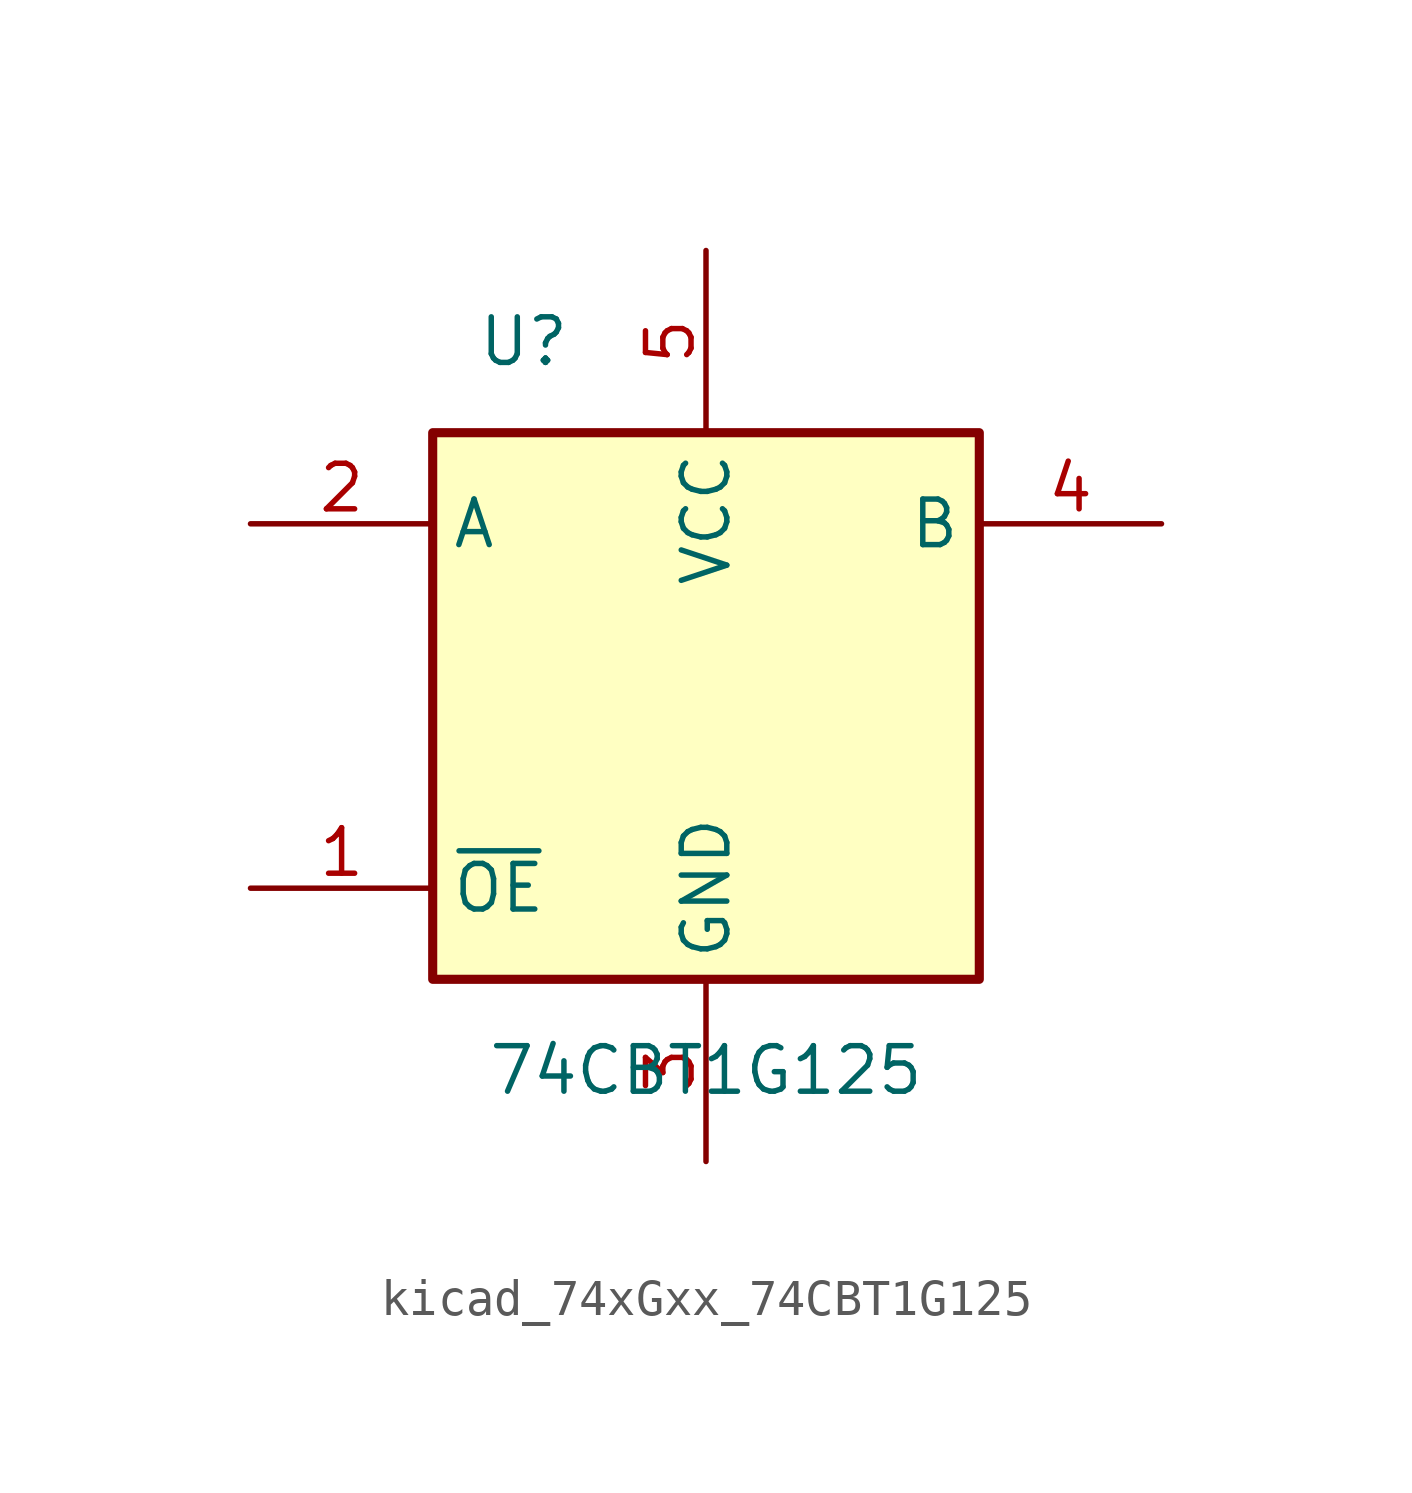
<source format=kicad_sym>
(kicad_symbol_lib
  (version 20220914)
  (generator kicad_symbol_editor)
  (symbol "kicad_74xGxx_74CBT1G125"
    (property "Reference" "U"
      (at -5.08 10.16 0)
      (effects (font (size 1.27 1.27))))
    (property "Value" "74CBT1G125"
      (at 0 -10.16 0)
      (effects (font (size 1.27 1.27))))
    (symbol "kicad_74xGxx_74CBT1G125_0_1"
      (rectangle (start -7.62 7.62) (end 7.62 -7.62) (stroke (width 0.254) (type default)) (fill (type background))))
    (symbol "kicad_74xGxx_74CBT1G125_1_1"
      (pin input line (at -12.7 -5.08 0) (length 5.08) (name "~{OE}" (effects (font (size 1.27 1.27)))) (number "1" (effects (font (size 1.27 1.27)))))
      (pin input line (at -12.7 5.08 0) (length 5.08) (name "A" (effects (font (size 1.27 1.27)))) (number "2" (effects (font (size 1.27 1.27)))))
      (pin power_in line (at 0 -12.7 90) (length 5.08) (name "GND" (effects (font (size 1.27 1.27)))) (number "3" (effects (font (size 1.27 1.27)))))
      (pin tri_state line (at 12.7 5.08 180) (length 5.08) (name "B" (effects (font (size 1.27 1.27)))) (number "4" (effects (font (size 1.27 1.27)))))
      (pin power_in line (at 0 12.7 270) (length 5.08) (name "VCC" (effects (font (size 1.27 1.27)))) (number "5" (effects (font (size 1.27 1.27))))))))
</source>
